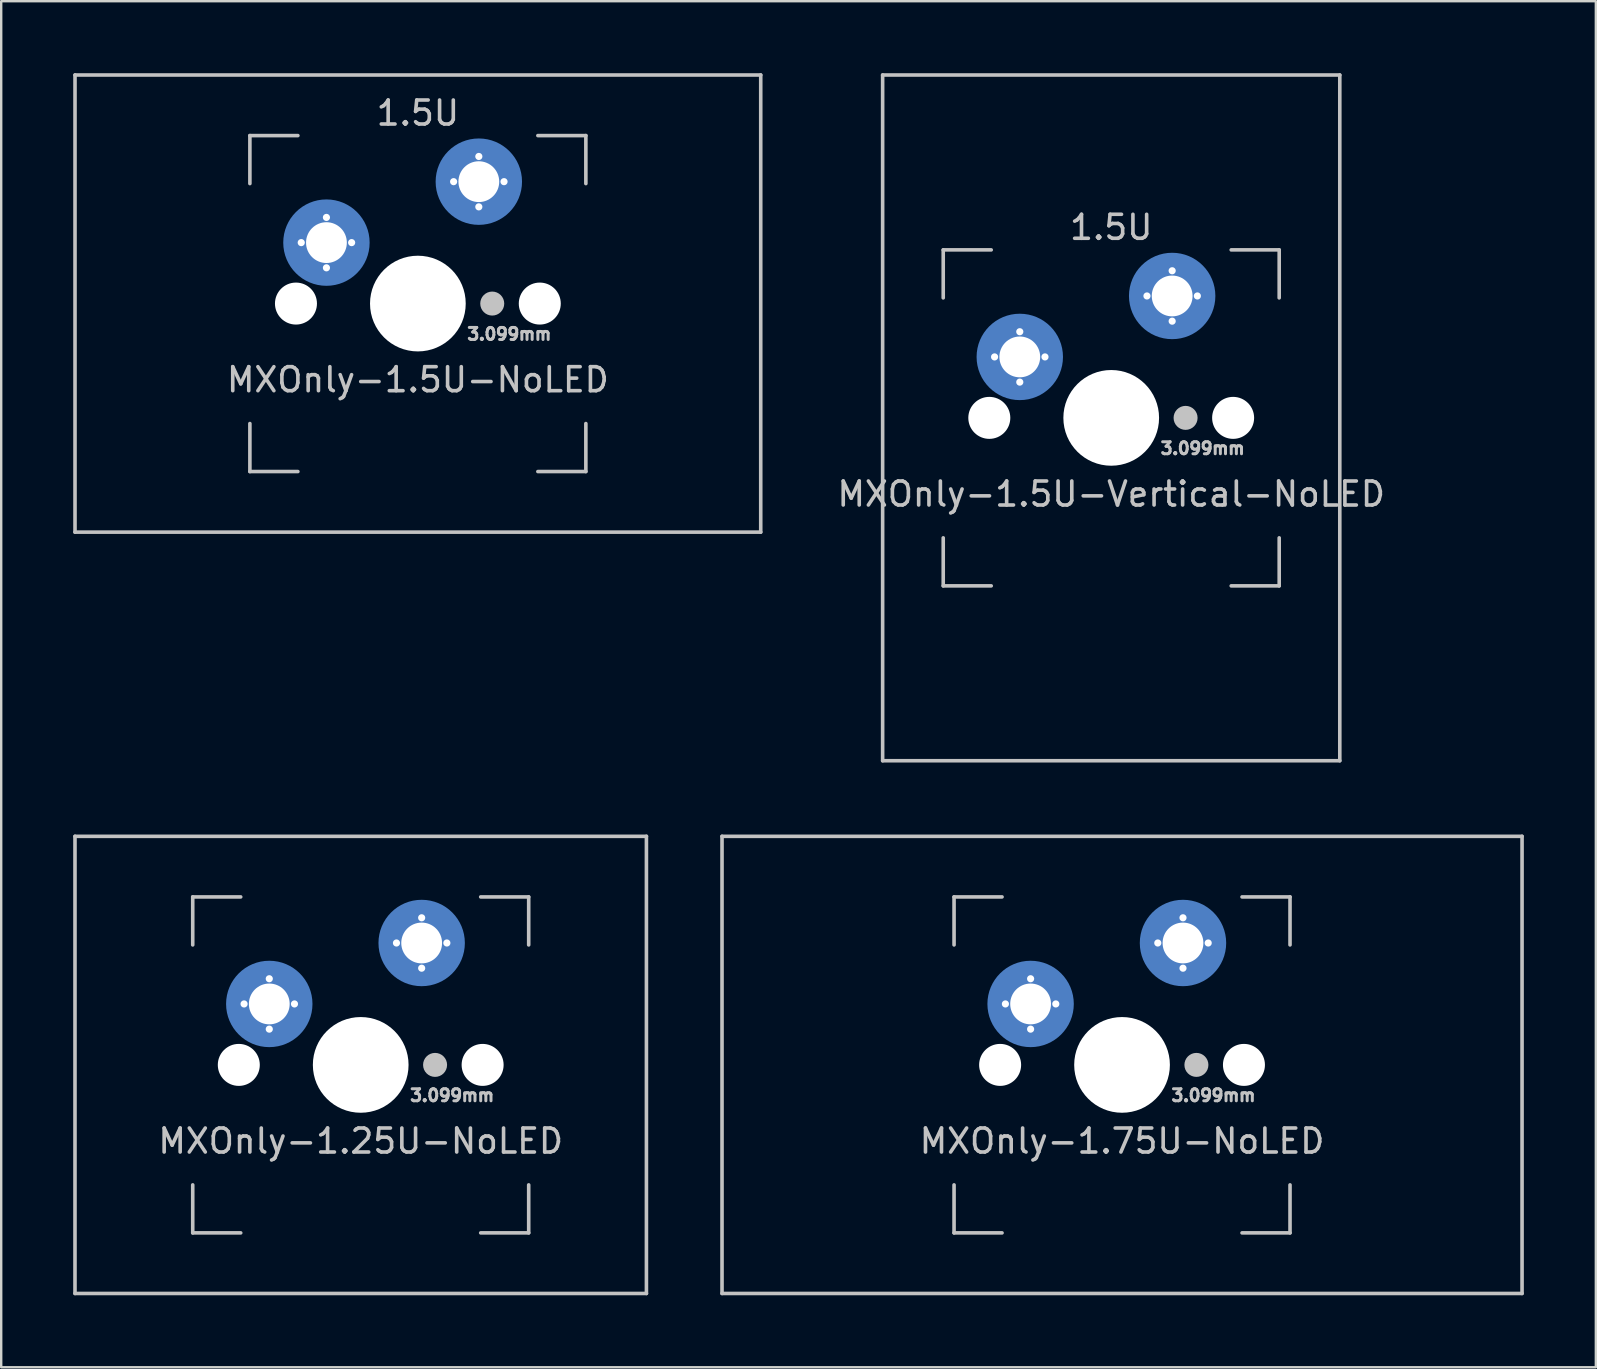
<source format=kicad_pcb>
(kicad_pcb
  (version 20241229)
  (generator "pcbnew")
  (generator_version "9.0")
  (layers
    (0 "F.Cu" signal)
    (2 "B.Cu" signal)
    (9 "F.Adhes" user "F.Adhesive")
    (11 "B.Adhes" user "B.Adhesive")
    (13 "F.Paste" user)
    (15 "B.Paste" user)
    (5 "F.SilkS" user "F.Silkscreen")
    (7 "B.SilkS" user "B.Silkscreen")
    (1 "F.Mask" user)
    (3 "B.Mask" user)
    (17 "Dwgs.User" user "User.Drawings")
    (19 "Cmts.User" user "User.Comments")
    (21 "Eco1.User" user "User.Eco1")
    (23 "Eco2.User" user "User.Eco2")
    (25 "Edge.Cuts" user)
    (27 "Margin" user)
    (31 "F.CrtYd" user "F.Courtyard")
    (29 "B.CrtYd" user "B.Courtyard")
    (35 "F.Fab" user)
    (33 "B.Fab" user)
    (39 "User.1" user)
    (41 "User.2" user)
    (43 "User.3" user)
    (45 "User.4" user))
  (footprint "MXOnly-1.75U-NoLED"
    (layer "F.Cu")
    (at 43.706 41.325)
    (property "Reference" "MXOnly-1.75U-NoLED" (at 0 3.175 0) (layer "Dwgs.User") (effects (font (size 1 1) (thickness 0.15))))
    (attr through_hole)
    (fp_line (start -16.669 -9.525) (end 16.669 -9.525) (stroke (width 0.15) (type solid)) (layer "Dwgs.User"))
    (fp_line (start -16.669 9.525) (end -16.669 -9.525) (stroke (width 0.15) (type solid)) (layer "Dwgs.User"))
    (fp_line (start -16.669 9.525) (end 16.669 9.525) (stroke (width 0.15) (type solid)) (layer "Dwgs.User"))
    (fp_line (start -7 -7) (end -7 -5) (stroke (width 0.15) (type solid)) (layer "Dwgs.User"))
    (fp_line (start -7 5) (end -7 7) (stroke (width 0.15) (type solid)) (layer "Dwgs.User"))
    (fp_line (start -7 7) (end -5 7) (stroke (width 0.15) (type solid)) (layer "Dwgs.User"))
    (fp_line (start -5 -7) (end -7 -7) (stroke (width 0.15) (type solid)) (layer "Dwgs.User"))
    (fp_line (start 5 -7) (end 7 -7) (stroke (width 0.15) (type solid)) (layer "Dwgs.User"))
    (fp_line (start 5 7) (end 7 7) (stroke (width 0.15) (type solid)) (layer "Dwgs.User"))
    (fp_line (start 7 -7) (end 7 -5) (stroke (width 0.15) (type solid)) (layer "Dwgs.User"))
    (fp_line (start 7 7) (end 7 5) (stroke (width 0.15) (type solid)) (layer "Dwgs.User"))
    (fp_line (start 16.669 -9.525) (end 16.669 9.525) (stroke (width 0.15) (type solid)) (layer "Dwgs.User"))
    (fp_text user "3.099mm" (at 3.81 1.27 0) (layer "Dwgs.User") (effects (font (size 0.5 0.5) (thickness 0.125))))
    (pad "" np_thru_hole circle (at -5.08 0 48.1) (size 1.75 1.75) (drill 1.75) (layers "*.Cu" "*.Mask"))
    (pad "" smd circle (at -3.81 -2.54) (size 3.2 3.2) (layers "B.Mask"))
    (pad "" np_thru_hole circle (at 0 0) (size 3.988 3.988) (drill 3.988) (layers "*.Cu" "*.Mask"))
    (pad "" smd circle (at 2.54 -5.08) (size 3.2 3.2) (layers "B.Mask"))
    (pad "" smd circle (at 3.099 0) (size 1 1) (layers "Dwgs.User"))
    (pad "" np_thru_hole circle (at 5.08 0 48.1) (size 1.75 1.75) (drill 1.75) (layers "*.Cu" "*.Mask"))
    (pad "1" thru_hole circle (at -4.86 -2.54 90) (size 0.4 0.4) (drill 0.3) (layers "*.Cu" "B.Mask"))
    (pad "1" thru_hole circle (at -3.81 -3.59) (size 0.4 0.4) (drill 0.3) (layers "*.Cu" "B.Mask"))
    (pad "1" thru_hole circle (at -3.81 -2.54) (size 2.5 2.5) (drill 1.7) (layers "*.Cu"))
    (pad "1" smd circle (at -3.81 -2.54) (size 3.6 3.6) (layers "B.Cu"))
    (pad "1" thru_hole circle (at -3.81 -1.49 180) (size 0.4 0.4) (drill 0.3) (layers "*.Cu" "B.Mask"))
    (pad "1" thru_hole circle (at -2.76 -2.54 270) (size 0.4 0.4) (drill 0.3) (layers "*.Cu" "B.Mask"))
    (pad "2" thru_hole circle (at 1.49 -5.08 90) (size 0.4 0.4) (drill 0.3) (layers "*.Cu" "B.Mask"))
    (pad "2" thru_hole circle (at 2.54 -6.13) (size 0.4 0.4) (drill 0.3) (layers "*.Cu" "B.Mask"))
    (pad "2" thru_hole circle (at 2.54 -5.08) (size 2.5 2.5) (drill 1.7) (layers "*.Cu"))
    (pad "2" smd circle (at 2.54 -5.08) (size 3.6 3.6) (layers "B.Cu"))
    (pad "2" thru_hole circle (at 2.54 -4.03 180) (size 0.4 0.4) (drill 0.3) (layers "*.Cu" "B.Mask"))
    (pad "2" thru_hole circle (at 3.59 -5.08 270) (size 0.4 0.4) (drill 0.3) (layers "*.Cu" "B.Mask")))
  (footprint "MXOnly-1.5U-NoLED"
    (layer "F.Cu")
    (at 14.363 9.6)
    (property "Reference" "MXOnly-1.5U-NoLED" (at 0 3.175 0) (layer "Dwgs.User") (effects (font (size 1 1) (thickness 0.15))))
    (attr through_hole)
    (fp_line (start -14.287 -9.525) (end 14.287 -9.525) (stroke (width 0.15) (type solid)) (layer "Dwgs.User"))
    (fp_line (start -14.287 9.525) (end -14.287 -9.525) (stroke (width 0.15) (type solid)) (layer "Dwgs.User"))
    (fp_line (start -14.287 9.525) (end 14.287 9.525) (stroke (width 0.15) (type solid)) (layer "Dwgs.User"))
    (fp_line (start -7 -7) (end -7 -5) (stroke (width 0.15) (type solid)) (layer "Dwgs.User"))
    (fp_line (start -7 5) (end -7 7) (stroke (width 0.15) (type solid)) (layer "Dwgs.User"))
    (fp_line (start -7 7) (end -5 7) (stroke (width 0.15) (type solid)) (layer "Dwgs.User"))
    (fp_line (start -5 -7) (end -7 -7) (stroke (width 0.15) (type solid)) (layer "Dwgs.User"))
    (fp_line (start 5 -7) (end 7 -7) (stroke (width 0.15) (type solid)) (layer "Dwgs.User"))
    (fp_line (start 5 7) (end 7 7) (stroke (width 0.15) (type solid)) (layer "Dwgs.User"))
    (fp_line (start 7 -7) (end 7 -5) (stroke (width 0.15) (type solid)) (layer "Dwgs.User"))
    (fp_line (start 7 7) (end 7 5) (stroke (width 0.15) (type solid)) (layer "Dwgs.User"))
    (fp_line (start 14.287 -9.525) (end 14.287 9.525) (stroke (width 0.15) (type solid)) (layer "Dwgs.User"))
    (fp_text user "1.5U" (at 0 -7.938 0) (layer "Dwgs.User") (effects (font (size 1 1) (thickness 0.15))))
    (fp_text user "3.099mm" (at 3.81 1.27 0) (layer "Dwgs.User") (effects (font (size 0.5 0.5) (thickness 0.125))))
    (pad "" np_thru_hole circle (at -5.08 0 48.1) (size 1.75 1.75) (drill 1.75) (layers "*.Cu" "*.Mask"))
    (pad "" smd circle (at -3.81 -2.54) (size 3.2 3.2) (layers "B.Mask"))
    (pad "" np_thru_hole circle (at 0 0) (size 3.988 3.988) (drill 3.988) (layers "*.Cu" "*.Mask"))
    (pad "" smd circle (at 2.54 -5.08) (size 3.2 3.2) (layers "B.Mask"))
    (pad "" smd circle (at 3.099 0) (size 1 1) (layers "Dwgs.User"))
    (pad "" np_thru_hole circle (at 5.08 0 48.1) (size 1.75 1.75) (drill 1.75) (layers "*.Cu" "*.Mask"))
    (pad "1" thru_hole circle (at -4.86 -2.54 90) (size 0.4 0.4) (drill 0.3) (layers "*.Cu" "B.Mask"))
    (pad "1" thru_hole circle (at -3.81 -3.59) (size 0.4 0.4) (drill 0.3) (layers "*.Cu" "B.Mask"))
    (pad "1" thru_hole circle (at -3.81 -2.54) (size 2.5 2.5) (drill 1.7) (layers "*.Cu"))
    (pad "1" smd circle (at -3.81 -2.54) (size 3.6 3.6) (layers "B.Cu"))
    (pad "1" thru_hole circle (at -3.81 -1.49 180) (size 0.4 0.4) (drill 0.3) (layers "*.Cu" "B.Mask"))
    (pad "1" thru_hole circle (at -2.76 -2.54 270) (size 0.4 0.4) (drill 0.3) (layers "*.Cu" "B.Mask"))
    (pad "2" thru_hole circle (at 1.49 -5.08 90) (size 0.4 0.4) (drill 0.3) (layers "*.Cu" "B.Mask"))
    (pad "2" thru_hole circle (at 2.54 -6.13) (size 0.4 0.4) (drill 0.3) (layers "*.Cu" "B.Mask"))
    (pad "2" thru_hole circle (at 2.54 -5.08) (size 2.5 2.5) (drill 1.7) (layers "*.Cu"))
    (pad "2" smd circle (at 2.54 -5.08) (size 3.6 3.6) (layers "B.Cu"))
    (pad "2" thru_hole circle (at 2.54 -4.03 180) (size 0.4 0.4) (drill 0.3) (layers "*.Cu" "B.Mask"))
    (pad "2" thru_hole circle (at 3.59 -5.08 270) (size 0.4 0.4) (drill 0.3) (layers "*.Cu" "B.Mask")))
  (footprint "MXOnly-1.5U-Vertical-NoLED"
    (layer "F.Cu")
    (at 43.255 14.363)
    (property "Reference" "MXOnly-1.5U-Vertical-NoLED" (at 0 3.175 0) (layer "Dwgs.User") (effects (font (size 1 1) (thickness 0.15))))
    (attr through_hole)
    (fp_line (start -9.525 -14.287) (end -9.525 14.287) (stroke (width 0.15) (type solid)) (layer "Dwgs.User"))
    (fp_line (start -7 -7) (end -7 -5) (stroke (width 0.15) (type solid)) (layer "Dwgs.User"))
    (fp_line (start -7 5) (end -7 7) (stroke (width 0.15) (type solid)) (layer "Dwgs.User"))
    (fp_line (start -7 7) (end -5 7) (stroke (width 0.15) (type solid)) (layer "Dwgs.User"))
    (fp_line (start -5 -7) (end -7 -7) (stroke (width 0.15) (type solid)) (layer "Dwgs.User"))
    (fp_line (start 5 -7) (end 7 -7) (stroke (width 0.15) (type solid)) (layer "Dwgs.User"))
    (fp_line (start 5 7) (end 7 7) (stroke (width 0.15) (type solid)) (layer "Dwgs.User"))
    (fp_line (start 7 -7) (end 7 -5) (stroke (width 0.15) (type solid)) (layer "Dwgs.User"))
    (fp_line (start 7 7) (end 7 5) (stroke (width 0.15) (type solid)) (layer "Dwgs.User"))
    (fp_line (start 9.525 -14.287) (end -9.525 -14.287) (stroke (width 0.15) (type solid)) (layer "Dwgs.User"))
    (fp_line (start 9.525 -14.287) (end 9.525 14.287) (stroke (width 0.15) (type solid)) (layer "Dwgs.User"))
    (fp_line (start 9.525 14.287) (end -9.525 14.287) (stroke (width 0.15) (type solid)) (layer "Dwgs.User"))
    (fp_text user "3.099mm" (at 3.81 1.27 0) (layer "Dwgs.User") (effects (font (size 0.5 0.5) (thickness 0.125))))
    (fp_text user "1.5U" (at 0 -7.938 0) (layer "Dwgs.User") (effects (font (size 1 1) (thickness 0.15))))
    (pad "" np_thru_hole circle (at -5.08 0 48.1) (size 1.75 1.75) (drill 1.75) (layers "*.Cu" "*.Mask"))
    (pad "" smd circle (at -3.81 -2.54) (size 3.2 3.2) (layers "B.Mask"))
    (pad "" np_thru_hole circle (at 0 0) (size 3.988 3.988) (drill 3.988) (layers "*.Cu" "*.Mask"))
    (pad "" smd circle (at 2.54 -5.08) (size 3.2 3.2) (layers "B.Mask"))
    (pad "" smd circle (at 3.099 0) (size 1 1) (layers "Dwgs.User"))
    (pad "" np_thru_hole circle (at 5.08 0 48.1) (size 1.75 1.75) (drill 1.75) (layers "*.Cu" "*.Mask"))
    (pad "1" thru_hole circle (at -4.86 -2.54 90) (size 0.4 0.4) (drill 0.3) (layers "*.Cu" "B.Mask"))
    (pad "1" thru_hole circle (at -3.81 -3.59) (size 0.4 0.4) (drill 0.3) (layers "*.Cu" "B.Mask"))
    (pad "1" thru_hole circle (at -3.81 -2.54) (size 2.5 2.5) (drill 1.7) (layers "*.Cu"))
    (pad "1" smd circle (at -3.81 -2.54) (size 3.6 3.6) (layers "B.Cu"))
    (pad "1" thru_hole circle (at -3.81 -1.49 180) (size 0.4 0.4) (drill 0.3) (layers "*.Cu" "B.Mask"))
    (pad "1" thru_hole circle (at -2.76 -2.54 270) (size 0.4 0.4) (drill 0.3) (layers "*.Cu" "B.Mask"))
    (pad "2" thru_hole circle (at 1.49 -5.08 90) (size 0.4 0.4) (drill 0.3) (layers "*.Cu" "B.Mask"))
    (pad "2" thru_hole circle (at 2.54 -6.13) (size 0.4 0.4) (drill 0.3) (layers "*.Cu" "B.Mask"))
    (pad "2" thru_hole circle (at 2.54 -5.08) (size 2.5 2.5) (drill 1.7) (layers "*.Cu"))
    (pad "2" smd circle (at 2.54 -5.08) (size 3.6 3.6) (layers "B.Cu"))
    (pad "2" thru_hole circle (at 2.54 -4.03 180) (size 0.4 0.4) (drill 0.3) (layers "*.Cu" "B.Mask"))
    (pad "2" thru_hole circle (at 3.59 -5.08 270) (size 0.4 0.4) (drill 0.3) (layers "*.Cu" "B.Mask")))
  (footprint "MXOnly-1.25U-NoLED"
    (layer "F.Cu")
    (at 11.981 41.325)
    (property "Reference" "MXOnly-1.25U-NoLED" (at 0 3.175 0) (layer "Dwgs.User") (effects (font (size 1 1) (thickness 0.15))))
    (attr through_hole)
    (fp_line (start -11.906 -9.525) (end 11.906 -9.525) (stroke (width 0.15) (type solid)) (layer "Dwgs.User"))
    (fp_line (start -11.906 9.525) (end -11.906 -9.525) (stroke (width 0.15) (type solid)) (layer "Dwgs.User"))
    (fp_line (start -11.906 9.525) (end 11.906 9.525) (stroke (width 0.15) (type solid)) (layer "Dwgs.User"))
    (fp_line (start -7 -7) (end -7 -5) (stroke (width 0.15) (type solid)) (layer "Dwgs.User"))
    (fp_line (start -7 5) (end -7 7) (stroke (width 0.15) (type solid)) (layer "Dwgs.User"))
    (fp_line (start -7 7) (end -5 7) (stroke (width 0.15) (type solid)) (layer "Dwgs.User"))
    (fp_line (start -5 -7) (end -7 -7) (stroke (width 0.15) (type solid)) (layer "Dwgs.User"))
    (fp_line (start 5 -7) (end 7 -7) (stroke (width 0.15) (type solid)) (layer "Dwgs.User"))
    (fp_line (start 5 7) (end 7 7) (stroke (width 0.15) (type solid)) (layer "Dwgs.User"))
    (fp_line (start 7 -7) (end 7 -5) (stroke (width 0.15) (type solid)) (layer "Dwgs.User"))
    (fp_line (start 7 7) (end 7 5) (stroke (width 0.15) (type solid)) (layer "Dwgs.User"))
    (fp_line (start 11.906 -9.525) (end 11.906 9.525) (stroke (width 0.15) (type solid)) (layer "Dwgs.User"))
    (fp_text user "3.099mm" (at 3.81 1.27 0) (layer "Dwgs.User") (effects (font (size 0.5 0.5) (thickness 0.125))))
    (pad "" np_thru_hole circle (at -5.08 0 48.1) (size 1.75 1.75) (drill 1.75) (layers "*.Cu" "*.Mask"))
    (pad "" smd circle (at -3.81 -2.54) (size 3.2 3.2) (layers "B.Mask"))
    (pad "" np_thru_hole circle (at 0 0) (size 3.988 3.988) (drill 3.988) (layers "*.Cu" "*.Mask"))
    (pad "" smd circle (at 2.54 -5.08) (size 3.2 3.2) (layers "B.Mask"))
    (pad "" smd circle (at 3.099 0) (size 1 1) (layers "Dwgs.User"))
    (pad "" np_thru_hole circle (at 5.08 0 48.1) (size 1.75 1.75) (drill 1.75) (layers "*.Cu" "*.Mask"))
    (pad "1" thru_hole circle (at -4.86 -2.54 90) (size 0.4 0.4) (drill 0.3) (layers "*.Cu" "B.Mask"))
    (pad "1" thru_hole circle (at -3.81 -3.59) (size 0.4 0.4) (drill 0.3) (layers "*.Cu" "B.Mask"))
    (pad "1" thru_hole circle (at -3.81 -2.54) (size 2.5 2.5) (drill 1.7) (layers "*.Cu"))
    (pad "1" smd circle (at -3.81 -2.54) (size 3.6 3.6) (layers "B.Cu"))
    (pad "1" thru_hole circle (at -3.81 -1.49 180) (size 0.4 0.4) (drill 0.3) (layers "*.Cu" "B.Mask"))
    (pad "1" thru_hole circle (at -2.76 -2.54 270) (size 0.4 0.4) (drill 0.3) (layers "*.Cu" "B.Mask"))
    (pad "2" thru_hole circle (at 1.49 -5.08 90) (size 0.4 0.4) (drill 0.3) (layers "*.Cu" "B.Mask"))
    (pad "2" thru_hole circle (at 2.54 -6.13) (size 0.4 0.4) (drill 0.3) (layers "*.Cu" "B.Mask"))
    (pad "2" thru_hole circle (at 2.54 -5.08) (size 2.5 2.5) (drill 1.7) (layers "*.Cu"))
    (pad "2" smd circle (at 2.54 -5.08) (size 3.6 3.6) (layers "B.Cu"))
    (pad "2" thru_hole circle (at 2.54 -4.03 180) (size 0.4 0.4) (drill 0.3) (layers "*.Cu" "B.Mask"))
    (pad "2" thru_hole circle (at 3.59 -5.08 270) (size 0.4 0.4) (drill 0.3) (layers "*.Cu" "B.Mask")))
  (gr_rect
    (start -3 -3)
    (end 63.45 53.925)
    (stroke (width 0.1) (type default))
    (fill no)
    (layer "Edge.Cuts")))
</source>
